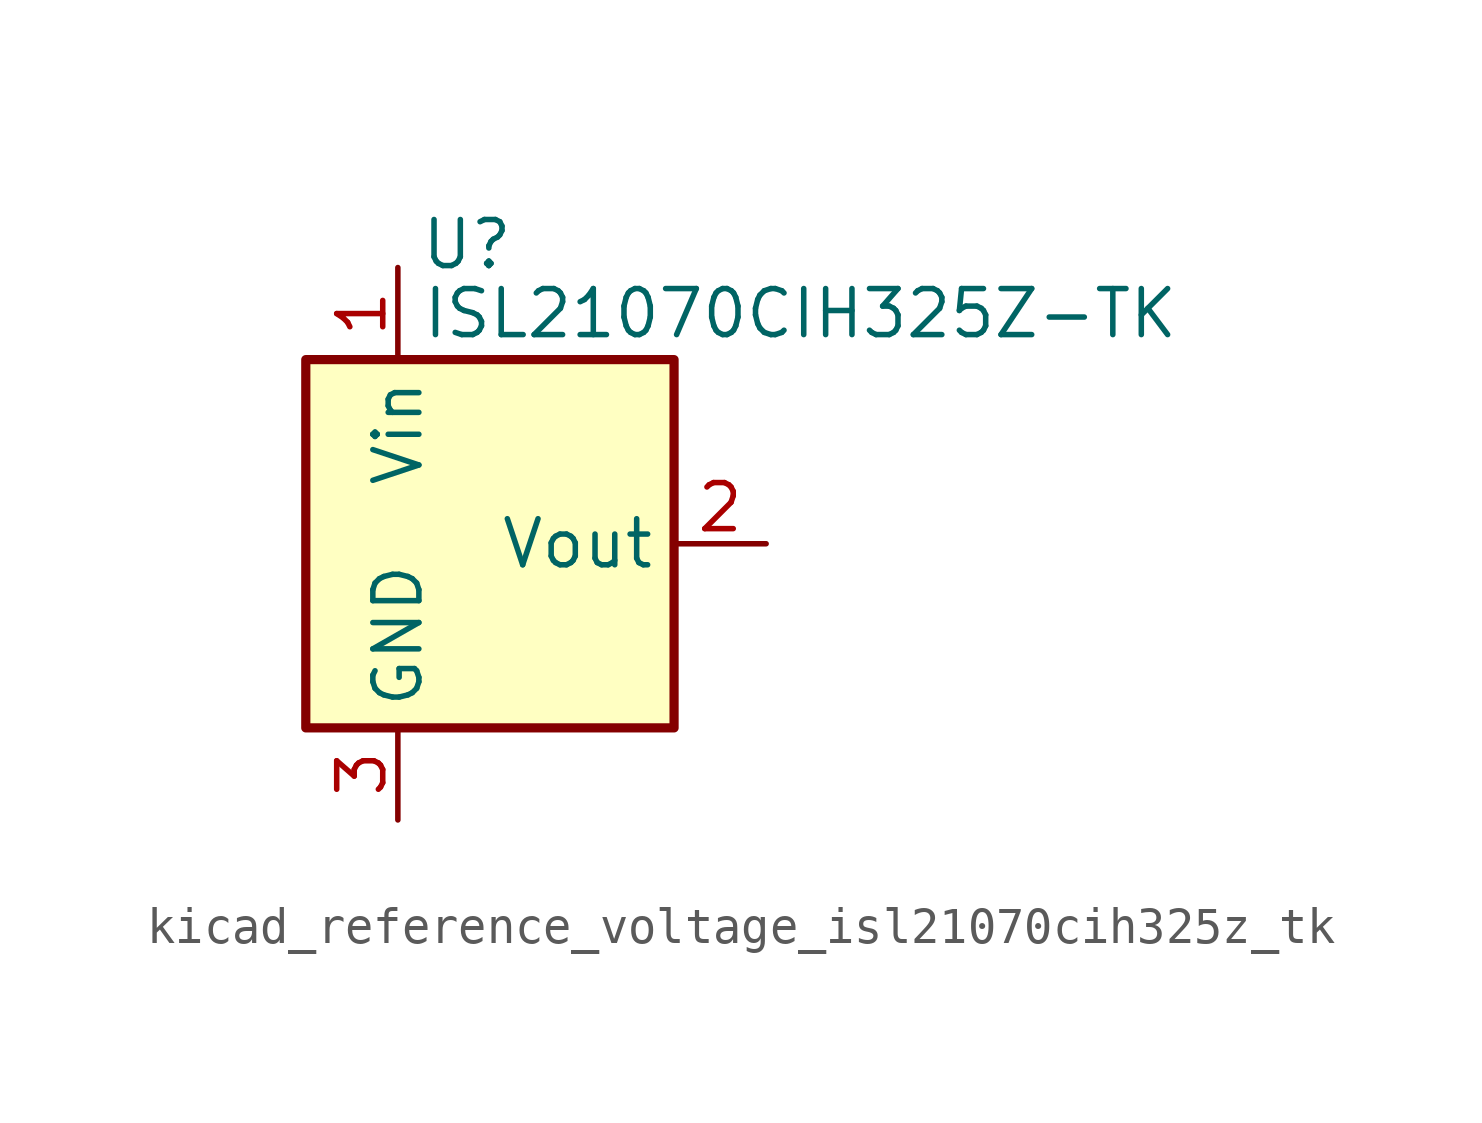
<source format=kicad_sym>
(kicad_symbol_lib
  (version 20220914)
  (generator kicad_symbol_editor)
  (symbol "kicad_reference_voltage_isl21070cih325z_tk"
    (property "Reference" "U"
      (at -0.635 8.255 0)
      (effects (font (size 1.27 1.27))))
    (property "Value" "ISL21070CIH325Z-TK"
      (at -1.905 6.35 0)
      (effects (font (size 1.27 1.27)) (justify left)))
    (symbol "kicad_reference_voltage_isl21070cih325z_tk_0_1"
      (rectangle (start -5.08 5.08) (end 5.08 -5.08) (stroke (width 0.254) (type default)) (fill (type background))))
    (symbol "kicad_reference_voltage_isl21070cih325z_tk_1_1"
      (pin power_in line (at -2.54 7.62 270) (length 2.54) (name "Vin" (effects (font (size 1.27 1.27)))) (number "1" (effects (font (size 1.27 1.27)))))
      (pin power_out line (at 7.62 0 180) (length 2.54) (name "Vout" (effects (font (size 1.27 1.27)))) (number "2" (effects (font (size 1.27 1.27)))))
      (pin power_in line (at -2.54 -7.62 90) (length 2.54) (name "GND" (effects (font (size 1.27 1.27)))) (number "3" (effects (font (size 1.27 1.27))))))))
</source>
